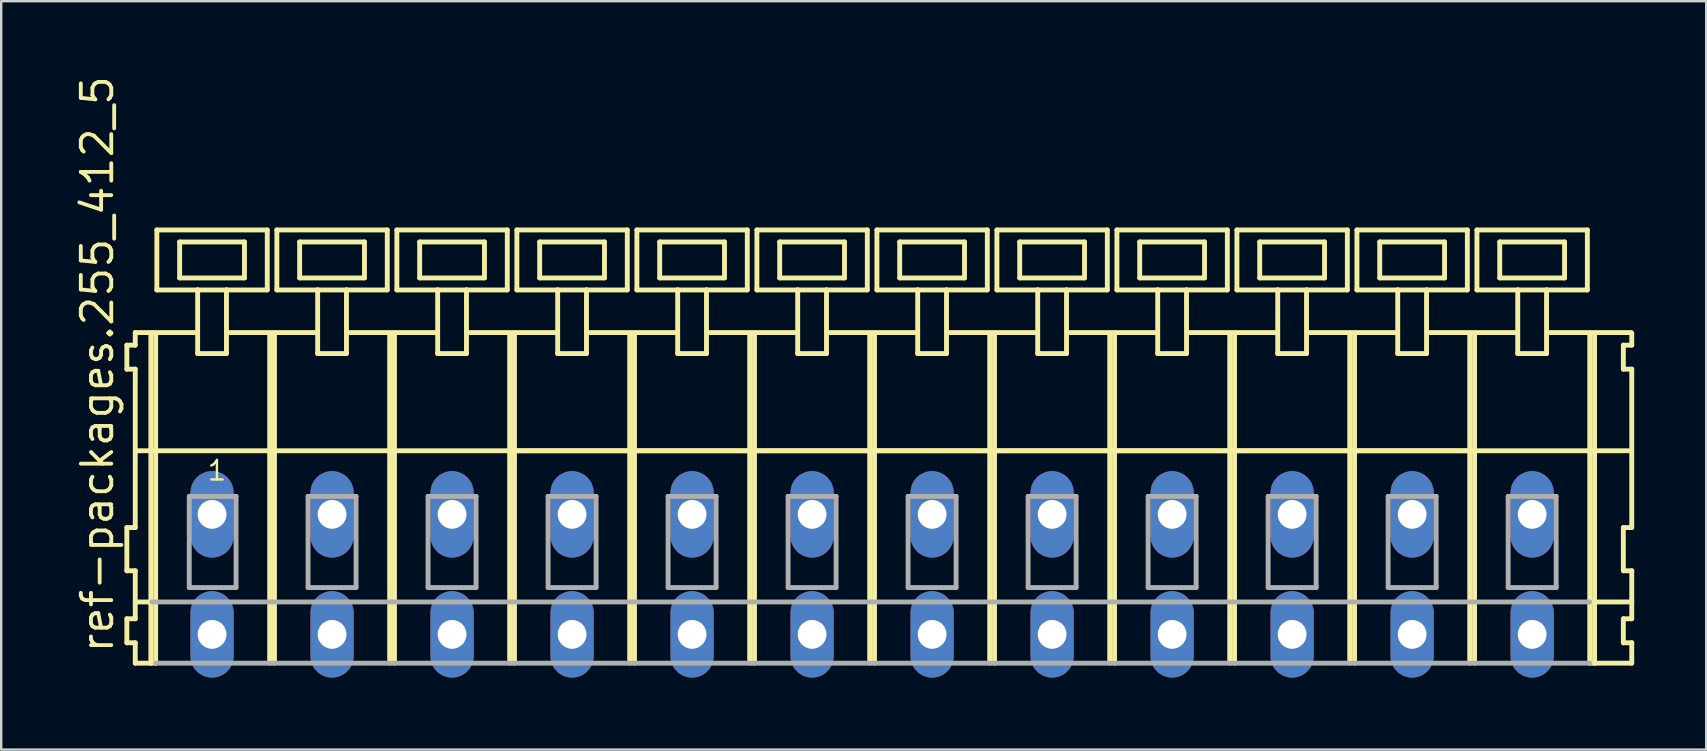
<source format=kicad_pcb>
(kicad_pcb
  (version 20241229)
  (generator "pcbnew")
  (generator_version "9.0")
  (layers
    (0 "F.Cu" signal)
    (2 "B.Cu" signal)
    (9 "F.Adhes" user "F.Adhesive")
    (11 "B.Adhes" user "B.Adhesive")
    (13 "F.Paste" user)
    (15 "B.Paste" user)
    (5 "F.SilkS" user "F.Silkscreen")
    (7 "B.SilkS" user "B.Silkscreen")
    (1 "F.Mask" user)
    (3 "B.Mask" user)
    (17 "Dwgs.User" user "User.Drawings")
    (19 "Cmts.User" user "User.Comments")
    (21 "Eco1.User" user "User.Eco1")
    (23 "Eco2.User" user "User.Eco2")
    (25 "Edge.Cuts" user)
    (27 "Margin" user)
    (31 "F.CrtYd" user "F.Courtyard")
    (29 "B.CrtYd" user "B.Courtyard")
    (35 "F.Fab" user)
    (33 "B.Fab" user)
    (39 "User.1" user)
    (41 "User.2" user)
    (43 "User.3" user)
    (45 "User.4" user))
  (footprint "ref-packages.255_412_5"
    (layer "F.Cu")
    (at 33.285 18.38)
    (property "Reference" "ref-packages.255_412_5" (at -31.535 5.855 90) (layer "F.SilkS") (effects (font (size 1.27 1.27) (thickness 0.16)) (justify left bottom)))
    (attr through_hole)
    (fp_line (start -31.05 -7.05) (end -31.05 -6.05) (stroke (width 0.203) (type default)) (layer "F.SilkS"))
    (fp_line (start -31.05 -6.05) (end -30.7 -6.05) (stroke (width 0.203) (type default)) (layer "F.SilkS"))
    (fp_line (start -31.05 0.55) (end -31.05 2.35) (stroke (width 0.203) (type default)) (layer "F.SilkS"))
    (fp_line (start -31.05 2.35) (end -30.7 2.35) (stroke (width 0.203) (type default)) (layer "F.SilkS"))
    (fp_line (start -31.05 4.35) (end -31.05 5.35) (stroke (width 0.203) (type default)) (layer "F.SilkS"))
    (fp_line (start -31.05 5.35) (end -30.7 5.35) (stroke (width 0.203) (type default)) (layer "F.SilkS"))
    (fp_line (start -30.7 -7.575) (end -30.7 -7.05) (stroke (width 0.203) (type default)) (layer "F.SilkS"))
    (fp_line (start -30.7 -7.575) (end -28.125 -7.575) (stroke (width 0.203) (type default)) (layer "F.SilkS"))
    (fp_line (start -30.7 -7.05) (end -31.05 -7.05) (stroke (width 0.203) (type default)) (layer "F.SilkS"))
    (fp_line (start -30.7 -6.05) (end -30.7 0.55) (stroke (width 0.203) (type default)) (layer "F.SilkS"))
    (fp_line (start -30.7 0.55) (end -31.05 0.55) (stroke (width 0.203) (type default)) (layer "F.SilkS"))
    (fp_line (start -30.7 2.35) (end -30.7 4.35) (stroke (width 0.203) (type default)) (layer "F.SilkS"))
    (fp_line (start -30.7 3.65) (end -30 3.65) (stroke (width 0.203) (type default)) (layer "F.SilkS"))
    (fp_line (start -30.7 4.35) (end -31.05 4.35) (stroke (width 0.203) (type default)) (layer "F.SilkS"))
    (fp_line (start -30.7 5.35) (end -30.7 6.2) (stroke (width 0.203) (type default)) (layer "F.SilkS"))
    (fp_line (start -30.7 6.2) (end -30.05 6.2) (stroke (width 0.203) (type default)) (layer "F.SilkS"))
    (fp_line (start -30.65 -2.65) (end -25.1 -2.65) (stroke (width 0.203) (type default)) (layer "F.SilkS"))
    (fp_line (start -30.05 -7.55) (end -30.05 6.2) (stroke (width 0.203) (type default)) (layer "F.SilkS"))
    (fp_line (start -30.05 6.2) (end -29.85 6.2) (stroke (width 0.203) (type default)) (layer "F.SilkS"))
    (fp_line (start -29.85 -7.55) (end -29.85 6.2) (stroke (width 0.203) (type default)) (layer "F.SilkS"))
    (fp_line (start -29.8 -11.85) (end -29.8 -9.35) (stroke (width 0.203) (type default)) (layer "F.SilkS"))
    (fp_line (start -29.8 -9.35) (end -28.1 -9.35) (stroke (width 0.203) (type default)) (layer "F.SilkS"))
    (fp_line (start -28.85 -11.35) (end -28.85 -9.85) (stroke (width 0.203) (type default)) (layer "F.SilkS"))
    (fp_line (start -28.85 -9.85) (end -26.15 -9.85) (stroke (width 0.203) (type default)) (layer "F.SilkS"))
    (fp_line (start -28.1 -9.35) (end -28.1 -6.7) (stroke (width 0.203) (type default)) (layer "F.SilkS"))
    (fp_line (start -28.1 -9.35) (end -26.9 -9.35) (stroke (width 0.203) (type default)) (layer "F.SilkS"))
    (fp_line (start -28.1 -6.7) (end -26.9 -6.7) (stroke (width 0.203) (type default)) (layer "F.SilkS"))
    (fp_line (start -26.9 -9.35) (end -25.2 -9.35) (stroke (width 0.203) (type default)) (layer "F.SilkS"))
    (fp_line (start -26.9 -6.7) (end -26.9 -9.35) (stroke (width 0.203) (type default)) (layer "F.SilkS"))
    (fp_line (start -26.825 -7.575) (end -23.125 -7.575) (stroke (width 0.203) (type default)) (layer "F.SilkS"))
    (fp_line (start -26.15 -11.35) (end -28.85 -11.35) (stroke (width 0.203) (type default)) (layer "F.SilkS"))
    (fp_line (start -26.15 -9.85) (end -26.15 -11.35) (stroke (width 0.203) (type default)) (layer "F.SilkS"))
    (fp_line (start -25.2 -11.85) (end -29.8 -11.85) (stroke (width 0.203) (type default)) (layer "F.SilkS"))
    (fp_line (start -25.2 -9.35) (end -25.2 -11.85) (stroke (width 0.203) (type default)) (layer "F.SilkS"))
    (fp_line (start -25.1 -7.55) (end -25.1 -2.65) (stroke (width 0.203) (type default)) (layer "F.SilkS"))
    (fp_line (start -25.1 -2.65) (end -25.1 6.2) (stroke (width 0.203) (type default)) (layer "F.SilkS"))
    (fp_line (start -24.9 -7.55) (end -24.9 -2.65) (stroke (width 0.203) (type default)) (layer "F.SilkS"))
    (fp_line (start -24.9 -2.65) (end -24.9 6.2) (stroke (width 0.203) (type default)) (layer "F.SilkS"))
    (fp_line (start -24.9 -2.65) (end -20.1 -2.65) (stroke (width 0.203) (type default)) (layer "F.SilkS"))
    (fp_line (start -24.8 -11.85) (end -24.8 -9.35) (stroke (width 0.203) (type default)) (layer "F.SilkS"))
    (fp_line (start -24.8 -9.35) (end -23.1 -9.35) (stroke (width 0.203) (type default)) (layer "F.SilkS"))
    (fp_line (start -23.85 -11.35) (end -23.85 -9.85) (stroke (width 0.203) (type default)) (layer "F.SilkS"))
    (fp_line (start -23.85 -9.85) (end -21.15 -9.85) (stroke (width 0.203) (type default)) (layer "F.SilkS"))
    (fp_line (start -23.1 -9.35) (end -23.1 -6.7) (stroke (width 0.203) (type default)) (layer "F.SilkS"))
    (fp_line (start -23.1 -9.35) (end -21.9 -9.35) (stroke (width 0.203) (type default)) (layer "F.SilkS"))
    (fp_line (start -23.1 -6.7) (end -21.9 -6.7) (stroke (width 0.203) (type default)) (layer "F.SilkS"))
    (fp_line (start -21.9 -9.35) (end -20.2 -9.35) (stroke (width 0.203) (type default)) (layer "F.SilkS"))
    (fp_line (start -21.9 -6.7) (end -21.9 -9.35) (stroke (width 0.203) (type default)) (layer "F.SilkS"))
    (fp_line (start -21.875 -7.575) (end -18.125 -7.575) (stroke (width 0.203) (type default)) (layer "F.SilkS"))
    (fp_line (start -21.15 -11.35) (end -23.85 -11.35) (stroke (width 0.203) (type default)) (layer "F.SilkS"))
    (fp_line (start -21.15 -9.85) (end -21.15 -11.35) (stroke (width 0.203) (type default)) (layer "F.SilkS"))
    (fp_line (start -20.2 -11.85) (end -24.8 -11.85) (stroke (width 0.203) (type default)) (layer "F.SilkS"))
    (fp_line (start -20.2 -9.35) (end -20.2 -11.85) (stroke (width 0.203) (type default)) (layer "F.SilkS"))
    (fp_line (start -20.1 -7.55) (end -20.1 -2.65) (stroke (width 0.203) (type default)) (layer "F.SilkS"))
    (fp_line (start -20.1 -2.65) (end -20.1 6.2) (stroke (width 0.203) (type default)) (layer "F.SilkS"))
    (fp_line (start -20.1 -2.65) (end -19.9 -2.65) (stroke (width 0.203) (type default)) (layer "F.SilkS"))
    (fp_line (start -19.9 -7.55) (end -19.9 -2.65) (stroke (width 0.203) (type default)) (layer "F.SilkS"))
    (fp_line (start -19.9 -2.65) (end -19.9 6.2) (stroke (width 0.203) (type default)) (layer "F.SilkS"))
    (fp_line (start -19.9 -2.65) (end -15.1 -2.65) (stroke (width 0.203) (type default)) (layer "F.SilkS"))
    (fp_line (start -19.8 -11.85) (end -19.8 -9.35) (stroke (width 0.203) (type default)) (layer "F.SilkS"))
    (fp_line (start -19.8 -9.35) (end -18.1 -9.35) (stroke (width 0.203) (type default)) (layer "F.SilkS"))
    (fp_line (start -18.85 -11.35) (end -18.85 -9.85) (stroke (width 0.203) (type default)) (layer "F.SilkS"))
    (fp_line (start -18.85 -9.85) (end -16.15 -9.85) (stroke (width 0.203) (type default)) (layer "F.SilkS"))
    (fp_line (start -18.1 -9.35) (end -18.1 -6.7) (stroke (width 0.203) (type default)) (layer "F.SilkS"))
    (fp_line (start -18.1 -9.35) (end -16.9 -9.35) (stroke (width 0.203) (type default)) (layer "F.SilkS"))
    (fp_line (start -18.1 -6.7) (end -16.9 -6.7) (stroke (width 0.203) (type default)) (layer "F.SilkS"))
    (fp_line (start -16.9 -9.35) (end -15.2 -9.35) (stroke (width 0.203) (type default)) (layer "F.SilkS"))
    (fp_line (start -16.9 -6.7) (end -16.9 -9.35) (stroke (width 0.203) (type default)) (layer "F.SilkS"))
    (fp_line (start -16.875 -7.575) (end -13.125 -7.575) (stroke (width 0.203) (type default)) (layer "F.SilkS"))
    (fp_line (start -16.15 -11.35) (end -18.85 -11.35) (stroke (width 0.203) (type default)) (layer "F.SilkS"))
    (fp_line (start -16.15 -9.85) (end -16.15 -11.35) (stroke (width 0.203) (type default)) (layer "F.SilkS"))
    (fp_line (start -15.2 -11.85) (end -19.8 -11.85) (stroke (width 0.203) (type default)) (layer "F.SilkS"))
    (fp_line (start -15.2 -9.35) (end -15.2 -11.85) (stroke (width 0.203) (type default)) (layer "F.SilkS"))
    (fp_line (start -15.1 -7.55) (end -15.1 -2.65) (stroke (width 0.203) (type default)) (layer "F.SilkS"))
    (fp_line (start -15.1 -2.65) (end -15.1 6.2) (stroke (width 0.203) (type default)) (layer "F.SilkS"))
    (fp_line (start -15.1 -2.65) (end -14.9 -2.65) (stroke (width 0.203) (type default)) (layer "F.SilkS"))
    (fp_line (start -15.1 -2.65) (end 29.9 -2.65) (stroke (width 0.203) (type default)) (layer "F.SilkS"))
    (fp_line (start -14.9 -7.55) (end -14.9 -2.65) (stroke (width 0.203) (type default)) (layer "F.SilkS"))
    (fp_line (start -14.9 -2.65) (end -14.9 6.2) (stroke (width 0.203) (type default)) (layer "F.SilkS"))
    (fp_line (start -14.9 -2.65) (end -10.1 -2.65) (stroke (width 0.203) (type default)) (layer "F.SilkS"))
    (fp_line (start -14.8 -11.85) (end -14.8 -9.35) (stroke (width 0.203) (type default)) (layer "F.SilkS"))
    (fp_line (start -14.8 -9.35) (end -13.1 -9.35) (stroke (width 0.203) (type default)) (layer "F.SilkS"))
    (fp_line (start -13.85 -11.35) (end -13.85 -9.85) (stroke (width 0.203) (type default)) (layer "F.SilkS"))
    (fp_line (start -13.85 -9.85) (end -11.15 -9.85) (stroke (width 0.203) (type default)) (layer "F.SilkS"))
    (fp_line (start -13.1 -9.35) (end -13.1 -6.7) (stroke (width 0.203) (type default)) (layer "F.SilkS"))
    (fp_line (start -13.1 -9.35) (end -11.9 -9.35) (stroke (width 0.203) (type default)) (layer "F.SilkS"))
    (fp_line (start -13.1 -6.7) (end -11.9 -6.7) (stroke (width 0.203) (type default)) (layer "F.SilkS"))
    (fp_line (start -11.9 -9.35) (end -10.2 -9.35) (stroke (width 0.203) (type default)) (layer "F.SilkS"))
    (fp_line (start -11.9 -6.7) (end -11.9 -9.35) (stroke (width 0.203) (type default)) (layer "F.SilkS"))
    (fp_line (start -11.875 -7.575) (end -8.125 -7.575) (stroke (width 0.203) (type default)) (layer "F.SilkS"))
    (fp_line (start -11.15 -11.35) (end -13.85 -11.35) (stroke (width 0.203) (type default)) (layer "F.SilkS"))
    (fp_line (start -11.15 -9.85) (end -11.15 -11.35) (stroke (width 0.203) (type default)) (layer "F.SilkS"))
    (fp_line (start -10.2 -11.85) (end -14.8 -11.85) (stroke (width 0.203) (type default)) (layer "F.SilkS"))
    (fp_line (start -10.2 -9.35) (end -10.2 -11.85) (stroke (width 0.203) (type default)) (layer "F.SilkS"))
    (fp_line (start -10.1 -7.55) (end -10.1 -2.65) (stroke (width 0.203) (type default)) (layer "F.SilkS"))
    (fp_line (start -10.1 -2.65) (end -10.1 6.2) (stroke (width 0.203) (type default)) (layer "F.SilkS"))
    (fp_line (start -10.1 -2.65) (end -9.9 -2.65) (stroke (width 0.203) (type default)) (layer "F.SilkS"))
    (fp_line (start -9.9 -7.55) (end -9.9 -2.65) (stroke (width 0.203) (type default)) (layer "F.SilkS"))
    (fp_line (start -9.9 -2.65) (end -9.9 6.2) (stroke (width 0.203) (type default)) (layer "F.SilkS"))
    (fp_line (start -9.9 -2.65) (end -5.1 -2.65) (stroke (width 0.203) (type default)) (layer "F.SilkS"))
    (fp_line (start -9.8 -11.85) (end -9.8 -9.35) (stroke (width 0.203) (type default)) (layer "F.SilkS"))
    (fp_line (start -9.8 -9.35) (end -8.1 -9.35) (stroke (width 0.203) (type default)) (layer "F.SilkS"))
    (fp_line (start -8.85 -11.35) (end -8.85 -9.85) (stroke (width 0.203) (type default)) (layer "F.SilkS"))
    (fp_line (start -8.85 -9.85) (end -6.15 -9.85) (stroke (width 0.203) (type default)) (layer "F.SilkS"))
    (fp_line (start -8.1 -9.35) (end -8.1 -6.7) (stroke (width 0.203) (type default)) (layer "F.SilkS"))
    (fp_line (start -8.1 -9.35) (end -6.9 -9.35) (stroke (width 0.203) (type default)) (layer "F.SilkS"))
    (fp_line (start -8.1 -6.7) (end -6.9 -6.7) (stroke (width 0.203) (type default)) (layer "F.SilkS"))
    (fp_line (start -6.9 -9.35) (end -5.2 -9.35) (stroke (width 0.203) (type default)) (layer "F.SilkS"))
    (fp_line (start -6.9 -6.7) (end -6.9 -9.35) (stroke (width 0.203) (type default)) (layer "F.SilkS"))
    (fp_line (start -6.875 -7.575) (end -3.125 -7.575) (stroke (width 0.203) (type default)) (layer "F.SilkS"))
    (fp_line (start -6.15 -11.35) (end -8.85 -11.35) (stroke (width 0.203) (type default)) (layer "F.SilkS"))
    (fp_line (start -6.15 -9.85) (end -6.15 -11.35) (stroke (width 0.203) (type default)) (layer "F.SilkS"))
    (fp_line (start -5.2 -11.85) (end -9.8 -11.85) (stroke (width 0.203) (type default)) (layer "F.SilkS"))
    (fp_line (start -5.2 -9.35) (end -5.2 -11.85) (stroke (width 0.203) (type default)) (layer "F.SilkS"))
    (fp_line (start -5.1 -7.55) (end -5.1 -2.65) (stroke (width 0.203) (type default)) (layer "F.SilkS"))
    (fp_line (start -5.1 -2.65) (end -5.1 6.2) (stroke (width 0.203) (type default)) (layer "F.SilkS"))
    (fp_line (start -5.1 -2.65) (end -4.9 -2.65) (stroke (width 0.203) (type default)) (layer "F.SilkS"))
    (fp_line (start -4.9 -7.55) (end -4.9 -2.65) (stroke (width 0.203) (type default)) (layer "F.SilkS"))
    (fp_line (start -4.9 -2.65) (end -4.9 6.2) (stroke (width 0.203) (type default)) (layer "F.SilkS"))
    (fp_line (start -4.9 -2.65) (end -0.1 -2.65) (stroke (width 0.203) (type default)) (layer "F.SilkS"))
    (fp_line (start -4.8 -11.85) (end -4.8 -9.35) (stroke (width 0.203) (type default)) (layer "F.SilkS"))
    (fp_line (start -4.8 -9.35) (end -3.1 -9.35) (stroke (width 0.203) (type default)) (layer "F.SilkS"))
    (fp_line (start -3.85 -11.35) (end -3.85 -9.85) (stroke (width 0.203) (type default)) (layer "F.SilkS"))
    (fp_line (start -3.85 -9.85) (end -1.15 -9.85) (stroke (width 0.203) (type default)) (layer "F.SilkS"))
    (fp_line (start -3.1 -9.35) (end -3.1 -6.7) (stroke (width 0.203) (type default)) (layer "F.SilkS"))
    (fp_line (start -3.1 -9.35) (end -1.9 -9.35) (stroke (width 0.203) (type default)) (layer "F.SilkS"))
    (fp_line (start -3.1 -6.7) (end -1.9 -6.7) (stroke (width 0.203) (type default)) (layer "F.SilkS"))
    (fp_line (start -1.9 -9.35) (end -0.2 -9.35) (stroke (width 0.203) (type default)) (layer "F.SilkS"))
    (fp_line (start -1.9 -6.7) (end -1.9 -9.35) (stroke (width 0.203) (type default)) (layer "F.SilkS"))
    (fp_line (start -1.875 -7.575) (end 1.875 -7.575) (stroke (width 0.203) (type default)) (layer "F.SilkS"))
    (fp_line (start -1.15 -11.35) (end -3.85 -11.35) (stroke (width 0.203) (type default)) (layer "F.SilkS"))
    (fp_line (start -1.15 -9.85) (end -1.15 -11.35) (stroke (width 0.203) (type default)) (layer "F.SilkS"))
    (fp_line (start -0.2 -11.85) (end -4.8 -11.85) (stroke (width 0.203) (type default)) (layer "F.SilkS"))
    (fp_line (start -0.2 -9.35) (end -0.2 -11.85) (stroke (width 0.203) (type default)) (layer "F.SilkS"))
    (fp_line (start -0.1 -7.55) (end -0.1 -2.65) (stroke (width 0.203) (type default)) (layer "F.SilkS"))
    (fp_line (start -0.1 -2.65) (end -0.1 6.2) (stroke (width 0.203) (type default)) (layer "F.SilkS"))
    (fp_line (start -0.1 -2.65) (end 0.1 -2.65) (stroke (width 0.203) (type default)) (layer "F.SilkS"))
    (fp_line (start 0.1 -7.55) (end 0.1 -2.65) (stroke (width 0.203) (type default)) (layer "F.SilkS"))
    (fp_line (start 0.1 -2.65) (end 0.1 6.2) (stroke (width 0.203) (type default)) (layer "F.SilkS"))
    (fp_line (start 0.1 -2.65) (end 4.9 -2.65) (stroke (width 0.203) (type default)) (layer "F.SilkS"))
    (fp_line (start 0.2 -11.85) (end 0.2 -9.35) (stroke (width 0.203) (type default)) (layer "F.SilkS"))
    (fp_line (start 0.2 -9.35) (end 1.9 -9.35) (stroke (width 0.203) (type default)) (layer "F.SilkS"))
    (fp_line (start 1.15 -11.35) (end 1.15 -9.85) (stroke (width 0.203) (type default)) (layer "F.SilkS"))
    (fp_line (start 1.15 -9.85) (end 3.85 -9.85) (stroke (width 0.203) (type default)) (layer "F.SilkS"))
    (fp_line (start 1.9 -9.35) (end 1.9 -6.7) (stroke (width 0.203) (type default)) (layer "F.SilkS"))
    (fp_line (start 1.9 -9.35) (end 3.1 -9.35) (stroke (width 0.203) (type default)) (layer "F.SilkS"))
    (fp_line (start 1.9 -6.7) (end 3.1 -6.7) (stroke (width 0.203) (type default)) (layer "F.SilkS"))
    (fp_line (start 3.1 -9.35) (end 4.8 -9.35) (stroke (width 0.203) (type default)) (layer "F.SilkS"))
    (fp_line (start 3.1 -6.7) (end 3.1 -9.35) (stroke (width 0.203) (type default)) (layer "F.SilkS"))
    (fp_line (start 3.125 -7.575) (end 6.875 -7.575) (stroke (width 0.203) (type default)) (layer "F.SilkS"))
    (fp_line (start 3.85 -11.35) (end 1.15 -11.35) (stroke (width 0.203) (type default)) (layer "F.SilkS"))
    (fp_line (start 3.85 -9.85) (end 3.85 -11.35) (stroke (width 0.203) (type default)) (layer "F.SilkS"))
    (fp_line (start 4.8 -11.85) (end 0.2 -11.85) (stroke (width 0.203) (type default)) (layer "F.SilkS"))
    (fp_line (start 4.8 -9.35) (end 4.8 -11.85) (stroke (width 0.203) (type default)) (layer "F.SilkS"))
    (fp_line (start 4.9 -7.55) (end 4.9 -2.65) (stroke (width 0.203) (type default)) (layer "F.SilkS"))
    (fp_line (start 4.9 -2.65) (end 4.9 6.2) (stroke (width 0.203) (type default)) (layer "F.SilkS"))
    (fp_line (start 4.9 -2.65) (end 5.1 -2.65) (stroke (width 0.203) (type default)) (layer "F.SilkS"))
    (fp_line (start 5.1 -7.55) (end 5.1 -2.65) (stroke (width 0.203) (type default)) (layer "F.SilkS"))
    (fp_line (start 5.1 -2.65) (end 5.1 6.2) (stroke (width 0.203) (type default)) (layer "F.SilkS"))
    (fp_line (start 5.1 -2.65) (end 9.9 -2.65) (stroke (width 0.203) (type default)) (layer "F.SilkS"))
    (fp_line (start 5.2 -11.85) (end 5.2 -9.35) (stroke (width 0.203) (type default)) (layer "F.SilkS"))
    (fp_line (start 5.2 -9.35) (end 6.9 -9.35) (stroke (width 0.203) (type default)) (layer "F.SilkS"))
    (fp_line (start 6.15 -11.35) (end 6.15 -9.85) (stroke (width 0.203) (type default)) (layer "F.SilkS"))
    (fp_line (start 6.15 -9.85) (end 8.85 -9.85) (stroke (width 0.203) (type default)) (layer "F.SilkS"))
    (fp_line (start 6.9 -9.35) (end 6.9 -6.7) (stroke (width 0.203) (type default)) (layer "F.SilkS"))
    (fp_line (start 6.9 -9.35) (end 8.1 -9.35) (stroke (width 0.203) (type default)) (layer "F.SilkS"))
    (fp_line (start 6.9 -6.7) (end 8.1 -6.7) (stroke (width 0.203) (type default)) (layer "F.SilkS"))
    (fp_line (start 8.1 -9.35) (end 9.8 -9.35) (stroke (width 0.203) (type default)) (layer "F.SilkS"))
    (fp_line (start 8.1 -6.7) (end 8.1 -9.35) (stroke (width 0.203) (type default)) (layer "F.SilkS"))
    (fp_line (start 8.125 -7.575) (end 11.875 -7.575) (stroke (width 0.203) (type default)) (layer "F.SilkS"))
    (fp_line (start 8.85 -11.35) (end 6.15 -11.35) (stroke (width 0.203) (type default)) (layer "F.SilkS"))
    (fp_line (start 8.85 -9.85) (end 8.85 -11.35) (stroke (width 0.203) (type default)) (layer "F.SilkS"))
    (fp_line (start 9.8 -11.85) (end 5.2 -11.85) (stroke (width 0.203) (type default)) (layer "F.SilkS"))
    (fp_line (start 9.8 -9.35) (end 9.8 -11.85) (stroke (width 0.203) (type default)) (layer "F.SilkS"))
    (fp_line (start 9.9 -7.55) (end 9.9 -2.65) (stroke (width 0.203) (type default)) (layer "F.SilkS"))
    (fp_line (start 9.9 -2.65) (end 9.9 6.2) (stroke (width 0.203) (type default)) (layer "F.SilkS"))
    (fp_line (start 9.9 -2.65) (end 10.1 -2.65) (stroke (width 0.203) (type default)) (layer "F.SilkS"))
    (fp_line (start 10.1 -7.55) (end 10.1 -2.65) (stroke (width 0.203) (type default)) (layer "F.SilkS"))
    (fp_line (start 10.1 -2.65) (end 10.1 6.2) (stroke (width 0.203) (type default)) (layer "F.SilkS"))
    (fp_line (start 10.1 -2.65) (end 14.9 -2.65) (stroke (width 0.203) (type default)) (layer "F.SilkS"))
    (fp_line (start 10.2 -11.85) (end 10.2 -9.35) (stroke (width 0.203) (type default)) (layer "F.SilkS"))
    (fp_line (start 10.2 -9.35) (end 11.9 -9.35) (stroke (width 0.203) (type default)) (layer "F.SilkS"))
    (fp_line (start 11.15 -11.35) (end 11.15 -9.85) (stroke (width 0.203) (type default)) (layer "F.SilkS"))
    (fp_line (start 11.15 -9.85) (end 13.85 -9.85) (stroke (width 0.203) (type default)) (layer "F.SilkS"))
    (fp_line (start 11.9 -9.35) (end 11.9 -6.7) (stroke (width 0.203) (type default)) (layer "F.SilkS"))
    (fp_line (start 11.9 -9.35) (end 13.1 -9.35) (stroke (width 0.203) (type default)) (layer "F.SilkS"))
    (fp_line (start 11.9 -6.7) (end 13.1 -6.7) (stroke (width 0.203) (type default)) (layer "F.SilkS"))
    (fp_line (start 13.1 -9.35) (end 14.8 -9.35) (stroke (width 0.203) (type default)) (layer "F.SilkS"))
    (fp_line (start 13.1 -6.7) (end 13.1 -9.35) (stroke (width 0.203) (type default)) (layer "F.SilkS"))
    (fp_line (start 13.125 -7.575) (end 16.875 -7.575) (stroke (width 0.203) (type default)) (layer "F.SilkS"))
    (fp_line (start 13.85 -11.35) (end 11.15 -11.35) (stroke (width 0.203) (type default)) (layer "F.SilkS"))
    (fp_line (start 13.85 -9.85) (end 13.85 -11.35) (stroke (width 0.203) (type default)) (layer "F.SilkS"))
    (fp_line (start 14.8 -11.85) (end 10.2 -11.85) (stroke (width 0.203) (type default)) (layer "F.SilkS"))
    (fp_line (start 14.8 -9.35) (end 14.8 -11.85) (stroke (width 0.203) (type default)) (layer "F.SilkS"))
    (fp_line (start 14.9 -7.55) (end 14.9 -2.65) (stroke (width 0.203) (type default)) (layer "F.SilkS"))
    (fp_line (start 14.9 -2.65) (end 14.9 6.2) (stroke (width 0.203) (type default)) (layer "F.SilkS"))
    (fp_line (start 14.9 -2.65) (end 15.1 -2.65) (stroke (width 0.203) (type default)) (layer "F.SilkS"))
    (fp_line (start 15.1 -7.55) (end 15.1 -2.65) (stroke (width 0.203) (type default)) (layer "F.SilkS"))
    (fp_line (start 15.1 -2.65) (end 15.1 6.2) (stroke (width 0.203) (type default)) (layer "F.SilkS"))
    (fp_line (start 15.1 -2.65) (end 19.9 -2.65) (stroke (width 0.203) (type default)) (layer "F.SilkS"))
    (fp_line (start 15.2 -11.85) (end 15.2 -9.35) (stroke (width 0.203) (type default)) (layer "F.SilkS"))
    (fp_line (start 15.2 -9.35) (end 16.9 -9.35) (stroke (width 0.203) (type default)) (layer "F.SilkS"))
    (fp_line (start 16.15 -11.35) (end 16.15 -9.85) (stroke (width 0.203) (type default)) (layer "F.SilkS"))
    (fp_line (start 16.15 -9.85) (end 18.85 -9.85) (stroke (width 0.203) (type default)) (layer "F.SilkS"))
    (fp_line (start 16.9 -9.35) (end 16.9 -6.7) (stroke (width 0.203) (type default)) (layer "F.SilkS"))
    (fp_line (start 16.9 -9.35) (end 18.1 -9.35) (stroke (width 0.203) (type default)) (layer "F.SilkS"))
    (fp_line (start 16.9 -6.7) (end 18.1 -6.7) (stroke (width 0.203) (type default)) (layer "F.SilkS"))
    (fp_line (start 18.1 -9.35) (end 19.8 -9.35) (stroke (width 0.203) (type default)) (layer "F.SilkS"))
    (fp_line (start 18.1 -6.7) (end 18.1 -9.35) (stroke (width 0.203) (type default)) (layer "F.SilkS"))
    (fp_line (start 18.125 -7.575) (end 21.875 -7.575) (stroke (width 0.203) (type default)) (layer "F.SilkS"))
    (fp_line (start 18.85 -11.35) (end 16.15 -11.35) (stroke (width 0.203) (type default)) (layer "F.SilkS"))
    (fp_line (start 18.85 -9.85) (end 18.85 -11.35) (stroke (width 0.203) (type default)) (layer "F.SilkS"))
    (fp_line (start 19.8 -11.85) (end 15.2 -11.85) (stroke (width 0.203) (type default)) (layer "F.SilkS"))
    (fp_line (start 19.8 -9.35) (end 19.8 -11.85) (stroke (width 0.203) (type default)) (layer "F.SilkS"))
    (fp_line (start 19.9 -7.55) (end 19.9 -2.65) (stroke (width 0.203) (type default)) (layer "F.SilkS"))
    (fp_line (start 19.9 -2.65) (end 19.9 6.2) (stroke (width 0.203) (type default)) (layer "F.SilkS"))
    (fp_line (start 19.9 -2.65) (end 20.1 -2.65) (stroke (width 0.203) (type default)) (layer "F.SilkS"))
    (fp_line (start 20.1 -7.55) (end 20.1 -2.65) (stroke (width 0.203) (type default)) (layer "F.SilkS"))
    (fp_line (start 20.1 -2.65) (end 20.1 6.2) (stroke (width 0.203) (type default)) (layer "F.SilkS"))
    (fp_line (start 20.1 -2.65) (end 24.9 -2.65) (stroke (width 0.203) (type default)) (layer "F.SilkS"))
    (fp_line (start 20.2 -11.85) (end 20.2 -9.35) (stroke (width 0.203) (type default)) (layer "F.SilkS"))
    (fp_line (start 20.2 -9.35) (end 21.9 -9.35) (stroke (width 0.203) (type default)) (layer "F.SilkS"))
    (fp_line (start 21.15 -11.35) (end 21.15 -9.85) (stroke (width 0.203) (type default)) (layer "F.SilkS"))
    (fp_line (start 21.15 -9.85) (end 23.85 -9.85) (stroke (width 0.203) (type default)) (layer "F.SilkS"))
    (fp_line (start 21.9 -9.35) (end 21.9 -6.7) (stroke (width 0.203) (type default)) (layer "F.SilkS"))
    (fp_line (start 21.9 -9.35) (end 23.1 -9.35) (stroke (width 0.203) (type default)) (layer "F.SilkS"))
    (fp_line (start 21.9 -6.7) (end 23.1 -6.7) (stroke (width 0.203) (type default)) (layer "F.SilkS"))
    (fp_line (start 23.1 -9.35) (end 24.8 -9.35) (stroke (width 0.203) (type default)) (layer "F.SilkS"))
    (fp_line (start 23.1 -6.7) (end 23.1 -9.35) (stroke (width 0.203) (type default)) (layer "F.SilkS"))
    (fp_line (start 23.125 -7.575) (end 26.875 -7.575) (stroke (width 0.203) (type default)) (layer "F.SilkS"))
    (fp_line (start 23.85 -11.35) (end 21.15 -11.35) (stroke (width 0.203) (type default)) (layer "F.SilkS"))
    (fp_line (start 23.85 -9.85) (end 23.85 -11.35) (stroke (width 0.203) (type default)) (layer "F.SilkS"))
    (fp_line (start 24.8 -11.85) (end 20.2 -11.85) (stroke (width 0.203) (type default)) (layer "F.SilkS"))
    (fp_line (start 24.8 -9.35) (end 24.8 -11.85) (stroke (width 0.203) (type default)) (layer "F.SilkS"))
    (fp_line (start 24.9 -7.55) (end 24.9 -2.65) (stroke (width 0.203) (type default)) (layer "F.SilkS"))
    (fp_line (start 24.9 -2.65) (end 24.9 6.2) (stroke (width 0.203) (type default)) (layer "F.SilkS"))
    (fp_line (start 24.9 -2.65) (end 25.1 -2.65) (stroke (width 0.203) (type default)) (layer "F.SilkS"))
    (fp_line (start 25.1 -7.55) (end 25.1 -2.65) (stroke (width 0.203) (type default)) (layer "F.SilkS"))
    (fp_line (start 25.1 -2.65) (end 25.1 6.2) (stroke (width 0.203) (type default)) (layer "F.SilkS"))
    (fp_line (start 25.2 -11.85) (end 25.2 -9.35) (stroke (width 0.203) (type default)) (layer "F.SilkS"))
    (fp_line (start 25.2 -9.35) (end 26.9 -9.35) (stroke (width 0.203) (type default)) (layer "F.SilkS"))
    (fp_line (start 26.15 -11.35) (end 26.15 -9.85) (stroke (width 0.203) (type default)) (layer "F.SilkS"))
    (fp_line (start 26.15 -9.85) (end 28.85 -9.85) (stroke (width 0.203) (type default)) (layer "F.SilkS"))
    (fp_line (start 26.9 -9.35) (end 26.9 -6.7) (stroke (width 0.203) (type default)) (layer "F.SilkS"))
    (fp_line (start 26.9 -9.35) (end 28.1 -9.35) (stroke (width 0.203) (type default)) (layer "F.SilkS"))
    (fp_line (start 26.9 -6.7) (end 28.1 -6.7) (stroke (width 0.203) (type default)) (layer "F.SilkS"))
    (fp_line (start 28.1 -9.35) (end 29.8 -9.35) (stroke (width 0.203) (type default)) (layer "F.SilkS"))
    (fp_line (start 28.1 -6.7) (end 28.1 -9.35) (stroke (width 0.203) (type default)) (layer "F.SilkS"))
    (fp_line (start 28.125 -7.575) (end 31.625 -7.575) (stroke (width 0.203) (type default)) (layer "F.SilkS"))
    (fp_line (start 28.85 -11.35) (end 26.15 -11.35) (stroke (width 0.203) (type default)) (layer "F.SilkS"))
    (fp_line (start 28.85 -9.85) (end 28.85 -11.35) (stroke (width 0.203) (type default)) (layer "F.SilkS"))
    (fp_line (start 29.8 -11.85) (end 25.2 -11.85) (stroke (width 0.203) (type default)) (layer "F.SilkS"))
    (fp_line (start 29.8 -9.35) (end 29.8 -11.85) (stroke (width 0.203) (type default)) (layer "F.SilkS"))
    (fp_line (start 29.9 -7.55) (end 29.9 -2.65) (stroke (width 0.203) (type default)) (layer "F.SilkS"))
    (fp_line (start 29.9 -2.65) (end 29.9 6.2) (stroke (width 0.203) (type default)) (layer "F.SilkS"))
    (fp_line (start 29.9 -2.65) (end 30.1 -2.65) (stroke (width 0.203) (type default)) (layer "F.SilkS"))
    (fp_line (start 29.9 6.2) (end 30.1 6.2) (stroke (width 0.203) (type default)) (layer "F.SilkS"))
    (fp_line (start 29.95 3.65) (end 31.65 3.65) (stroke (width 0.203) (type default)) (layer "F.SilkS"))
    (fp_line (start 30.1 -7.55) (end 30.1 -2.65) (stroke (width 0.203) (type default)) (layer "F.SilkS"))
    (fp_line (start 30.1 -2.65) (end 30.1 6.2) (stroke (width 0.203) (type default)) (layer "F.SilkS"))
    (fp_line (start 30.1 -2.65) (end 31.6 -2.65) (stroke (width 0.203) (type default)) (layer "F.SilkS"))
    (fp_line (start 30.1 6.2) (end 31.65 6.2) (stroke (width 0.203) (type default)) (layer "F.SilkS"))
    (fp_line (start 31.3 -7.05) (end 31.3 -6.05) (stroke (width 0.203) (type default)) (layer "F.SilkS"))
    (fp_line (start 31.3 -6.05) (end 31.65 -6.05) (stroke (width 0.203) (type default)) (layer "F.SilkS"))
    (fp_line (start 31.3 0.55) (end 31.3 2.35) (stroke (width 0.203) (type default)) (layer "F.SilkS"))
    (fp_line (start 31.3 2.35) (end 31.65 2.35) (stroke (width 0.203) (type default)) (layer "F.SilkS"))
    (fp_line (start 31.3 4.35) (end 31.3 5.35) (stroke (width 0.203) (type default)) (layer "F.SilkS"))
    (fp_line (start 31.3 5.35) (end 31.65 5.35) (stroke (width 0.203) (type default)) (layer "F.SilkS"))
    (fp_line (start 31.65 -7.05) (end 31.3 -7.05) (stroke (width 0.203) (type default)) (layer "F.SilkS"))
    (fp_line (start 31.65 -7.05) (end 31.65 -7.55) (stroke (width 0.203) (type default)) (layer "F.SilkS"))
    (fp_line (start 31.65 0.55) (end 31.3 0.55) (stroke (width 0.203) (type default)) (layer "F.SilkS"))
    (fp_line (start 31.65 0.55) (end 31.65 -6.05) (stroke (width 0.203) (type default)) (layer "F.SilkS"))
    (fp_line (start 31.65 3.65) (end 31.65 2.35) (stroke (width 0.203) (type default)) (layer "F.SilkS"))
    (fp_line (start 31.65 4.35) (end 31.3 4.35) (stroke (width 0.203) (type default)) (layer "F.SilkS"))
    (fp_line (start 31.65 4.35) (end 31.65 3.65) (stroke (width 0.203) (type default)) (layer "F.SilkS"))
    (fp_line (start 31.65 6.2) (end 31.65 5.35) (stroke (width 0.203) (type default)) (layer "F.SilkS"))
    (fp_line (start -30 3.65) (end 29.9 3.65) (stroke (width 0.203) (type default)) (layer "F.Fab"))
    (fp_line (start -29.85 6.2) (end 29.9 6.2) (stroke (width 0.203) (type default)) (layer "F.Fab"))
    (fp_line (start -28.45 -0.75) (end -28.45 3.05) (stroke (width 0.203) (type default)) (layer "F.Fab"))
    (fp_line (start -28.45 3.05) (end -26.5 3.05) (stroke (width 0.203) (type default)) (layer "F.Fab"))
    (fp_line (start -26.5 -0.75) (end -28.45 -0.75) (stroke (width 0.203) (type default)) (layer "F.Fab"))
    (fp_line (start -26.5 3.05) (end -26.5 -0.75) (stroke (width 0.203) (type default)) (layer "F.Fab"))
    (fp_line (start -23.5 -0.75) (end -23.5 3.05) (stroke (width 0.203) (type default)) (layer "F.Fab"))
    (fp_line (start -23.5 3.05) (end -21.5 3.05) (stroke (width 0.203) (type default)) (layer "F.Fab"))
    (fp_line (start -21.5 -0.75) (end -23.5 -0.75) (stroke (width 0.203) (type default)) (layer "F.Fab"))
    (fp_line (start -21.5 3.05) (end -21.5 -0.75) (stroke (width 0.203) (type default)) (layer "F.Fab"))
    (fp_line (start -18.5 -0.75) (end -18.5 3.05) (stroke (width 0.203) (type default)) (layer "F.Fab"))
    (fp_line (start -18.5 3.05) (end -16.5 3.05) (stroke (width 0.203) (type default)) (layer "F.Fab"))
    (fp_line (start -16.5 -0.75) (end -18.5 -0.75) (stroke (width 0.203) (type default)) (layer "F.Fab"))
    (fp_line (start -16.5 3.05) (end -16.5 -0.75) (stroke (width 0.203) (type default)) (layer "F.Fab"))
    (fp_line (start -13.5 -0.75) (end -13.5 3.05) (stroke (width 0.203) (type default)) (layer "F.Fab"))
    (fp_line (start -13.5 3.05) (end -11.5 3.05) (stroke (width 0.203) (type default)) (layer "F.Fab"))
    (fp_line (start -11.5 -0.75) (end -13.5 -0.75) (stroke (width 0.203) (type default)) (layer "F.Fab"))
    (fp_line (start -11.5 3.05) (end -11.5 -0.75) (stroke (width 0.203) (type default)) (layer "F.Fab"))
    (fp_line (start -8.5 -0.75) (end -8.5 3.05) (stroke (width 0.203) (type default)) (layer "F.Fab"))
    (fp_line (start -8.5 3.05) (end -6.5 3.05) (stroke (width 0.203) (type default)) (layer "F.Fab"))
    (fp_line (start -6.5 -0.75) (end -8.5 -0.75) (stroke (width 0.203) (type default)) (layer "F.Fab"))
    (fp_line (start -6.5 3.05) (end -6.5 -0.75) (stroke (width 0.203) (type default)) (layer "F.Fab"))
    (fp_line (start -3.5 -0.75) (end -3.5 3.05) (stroke (width 0.203) (type default)) (layer "F.Fab"))
    (fp_line (start -3.5 3.05) (end -1.5 3.05) (stroke (width 0.203) (type default)) (layer "F.Fab"))
    (fp_line (start -1.5 -0.75) (end -3.5 -0.75) (stroke (width 0.203) (type default)) (layer "F.Fab"))
    (fp_line (start -1.5 3.05) (end -1.5 -0.75) (stroke (width 0.203) (type default)) (layer "F.Fab"))
    (fp_line (start 1.5 -0.75) (end 1.5 3.05) (stroke (width 0.203) (type default)) (layer "F.Fab"))
    (fp_line (start 1.5 3.05) (end 3.5 3.05) (stroke (width 0.203) (type default)) (layer "F.Fab"))
    (fp_line (start 3.5 -0.75) (end 1.5 -0.75) (stroke (width 0.203) (type default)) (layer "F.Fab"))
    (fp_line (start 3.5 3.05) (end 3.5 -0.75) (stroke (width 0.203) (type default)) (layer "F.Fab"))
    (fp_line (start 6.5 -0.75) (end 6.5 3.05) (stroke (width 0.203) (type default)) (layer "F.Fab"))
    (fp_line (start 6.5 3.05) (end 8.5 3.05) (stroke (width 0.203) (type default)) (layer "F.Fab"))
    (fp_line (start 8.5 -0.75) (end 6.5 -0.75) (stroke (width 0.203) (type default)) (layer "F.Fab"))
    (fp_line (start 8.5 3.05) (end 8.5 -0.75) (stroke (width 0.203) (type default)) (layer "F.Fab"))
    (fp_line (start 11.5 -0.75) (end 11.5 3.05) (stroke (width 0.203) (type default)) (layer "F.Fab"))
    (fp_line (start 11.5 3.05) (end 13.5 3.05) (stroke (width 0.203) (type default)) (layer "F.Fab"))
    (fp_line (start 13.5 -0.75) (end 11.5 -0.75) (stroke (width 0.203) (type default)) (layer "F.Fab"))
    (fp_line (start 13.5 3.05) (end 13.5 -0.75) (stroke (width 0.203) (type default)) (layer "F.Fab"))
    (fp_line (start 16.5 -0.75) (end 16.5 3.05) (stroke (width 0.203) (type default)) (layer "F.Fab"))
    (fp_line (start 16.5 3.05) (end 18.5 3.05) (stroke (width 0.203) (type default)) (layer "F.Fab"))
    (fp_line (start 18.5 -0.75) (end 16.5 -0.75) (stroke (width 0.203) (type default)) (layer "F.Fab"))
    (fp_line (start 18.5 3.05) (end 18.5 -0.75) (stroke (width 0.203) (type default)) (layer "F.Fab"))
    (fp_line (start 21.5 -0.75) (end 21.5 3.05) (stroke (width 0.203) (type default)) (layer "F.Fab"))
    (fp_line (start 21.5 3.05) (end 23.5 3.05) (stroke (width 0.203) (type default)) (layer "F.Fab"))
    (fp_line (start 23.5 -0.75) (end 21.5 -0.75) (stroke (width 0.203) (type default)) (layer "F.Fab"))
    (fp_line (start 23.5 3.05) (end 23.5 -0.75) (stroke (width 0.203) (type default)) (layer "F.Fab"))
    (fp_line (start 26.5 -0.75) (end 26.5 3.05) (stroke (width 0.203) (type default)) (layer "F.Fab"))
    (fp_line (start 26.5 3.05) (end 28.5 3.05) (stroke (width 0.203) (type default)) (layer "F.Fab"))
    (fp_line (start 28.5 -0.75) (end 26.5 -0.75) (stroke (width 0.203) (type default)) (layer "F.Fab"))
    (fp_line (start 28.5 3.05) (end 28.5 -0.75) (stroke (width 0.203) (type default)) (layer "F.Fab"))
    (fp_text user "1" (at -27.75 -1.35 0) (layer "F.SilkS") (effects (font (size 0.813 0.813) (thickness 0.1)) (justify left bottom)))
    (pad "A1" thru_hole oval (at -27.5 0 90) (size 3.6 1.8) (drill 1.2) (layers "*.Cu" "*.Mask"))
    (pad "A2" thru_hole oval (at -22.5 0 90) (size 3.6 1.8) (drill 1.2) (layers "*.Cu" "*.Mask"))
    (pad "A3" thru_hole oval (at -17.5 0 90) (size 3.6 1.8) (drill 1.2) (layers "*.Cu" "*.Mask"))
    (pad "A4" thru_hole oval (at -12.5 0 90) (size 3.6 1.8) (drill 1.2) (layers "*.Cu" "*.Mask"))
    (pad "A5" thru_hole oval (at -7.5 0 90) (size 3.6 1.8) (drill 1.2) (layers "*.Cu" "*.Mask"))
    (pad "A6" thru_hole oval (at -2.5 0 90) (size 3.6 1.8) (drill 1.2) (layers "*.Cu" "*.Mask"))
    (pad "A7" thru_hole oval (at 2.5 0 90) (size 3.6 1.8) (drill 1.2) (layers "*.Cu" "*.Mask"))
    (pad "A8" thru_hole oval (at 7.5 0 90) (size 3.6 1.8) (drill 1.2) (layers "*.Cu" "*.Mask"))
    (pad "A9" thru_hole oval (at 12.5 0 90) (size 3.6 1.8) (drill 1.2) (layers "*.Cu" "*.Mask"))
    (pad "A10" thru_hole oval (at 17.5 0 90) (size 3.6 1.8) (drill 1.2) (layers "*.Cu" "*.Mask"))
    (pad "A11" thru_hole oval (at 22.5 0 90) (size 3.6 1.8) (drill 1.2) (layers "*.Cu" "*.Mask"))
    (pad "A12" thru_hole oval (at 27.5 0 90) (size 3.6 1.8) (drill 1.2) (layers "*.Cu" "*.Mask"))
    (pad "B1" thru_hole oval (at -27.5 5 90) (size 3.6 1.8) (drill 1.2) (layers "*.Cu" "*.Mask"))
    (pad "B2" thru_hole oval (at -22.5 5 90) (size 3.6 1.8) (drill 1.2) (layers "*.Cu" "*.Mask"))
    (pad "B3" thru_hole oval (at -17.5 5 90) (size 3.6 1.8) (drill 1.2) (layers "*.Cu" "*.Mask"))
    (pad "B4" thru_hole oval (at -12.5 5 90) (size 3.6 1.8) (drill 1.2) (layers "*.Cu" "*.Mask"))
    (pad "B5" thru_hole oval (at -7.5 5 90) (size 3.6 1.8) (drill 1.2) (layers "*.Cu" "*.Mask"))
    (pad "B6" thru_hole oval (at -2.5 5 90) (size 3.6 1.8) (drill 1.2) (layers "*.Cu" "*.Mask"))
    (pad "B7" thru_hole oval (at 2.5 5 90) (size 3.6 1.8) (drill 1.2) (layers "*.Cu" "*.Mask"))
    (pad "B8" thru_hole oval (at 7.5 5 90) (size 3.6 1.8) (drill 1.2) (layers "*.Cu" "*.Mask"))
    (pad "B9" thru_hole oval (at 12.5 5 90) (size 3.6 1.8) (drill 1.2) (layers "*.Cu" "*.Mask"))
    (pad "B10" thru_hole oval (at 17.5 5 90) (size 3.6 1.8) (drill 1.2) (layers "*.Cu" "*.Mask"))
    (pad "B11" thru_hole oval (at 22.5 5 90) (size 3.6 1.8) (drill 1.2) (layers "*.Cu" "*.Mask"))
    (pad "B12" thru_hole oval (at 27.5 5 90) (size 3.6 1.8) (drill 1.2) (layers "*.Cu" "*.Mask")))
  (gr_rect
    (start -3 -3)
    (end 68.037 28.18)
    (stroke (width 0.1) (type default))
    (fill no)
    (layer "Edge.Cuts")))
</source>
